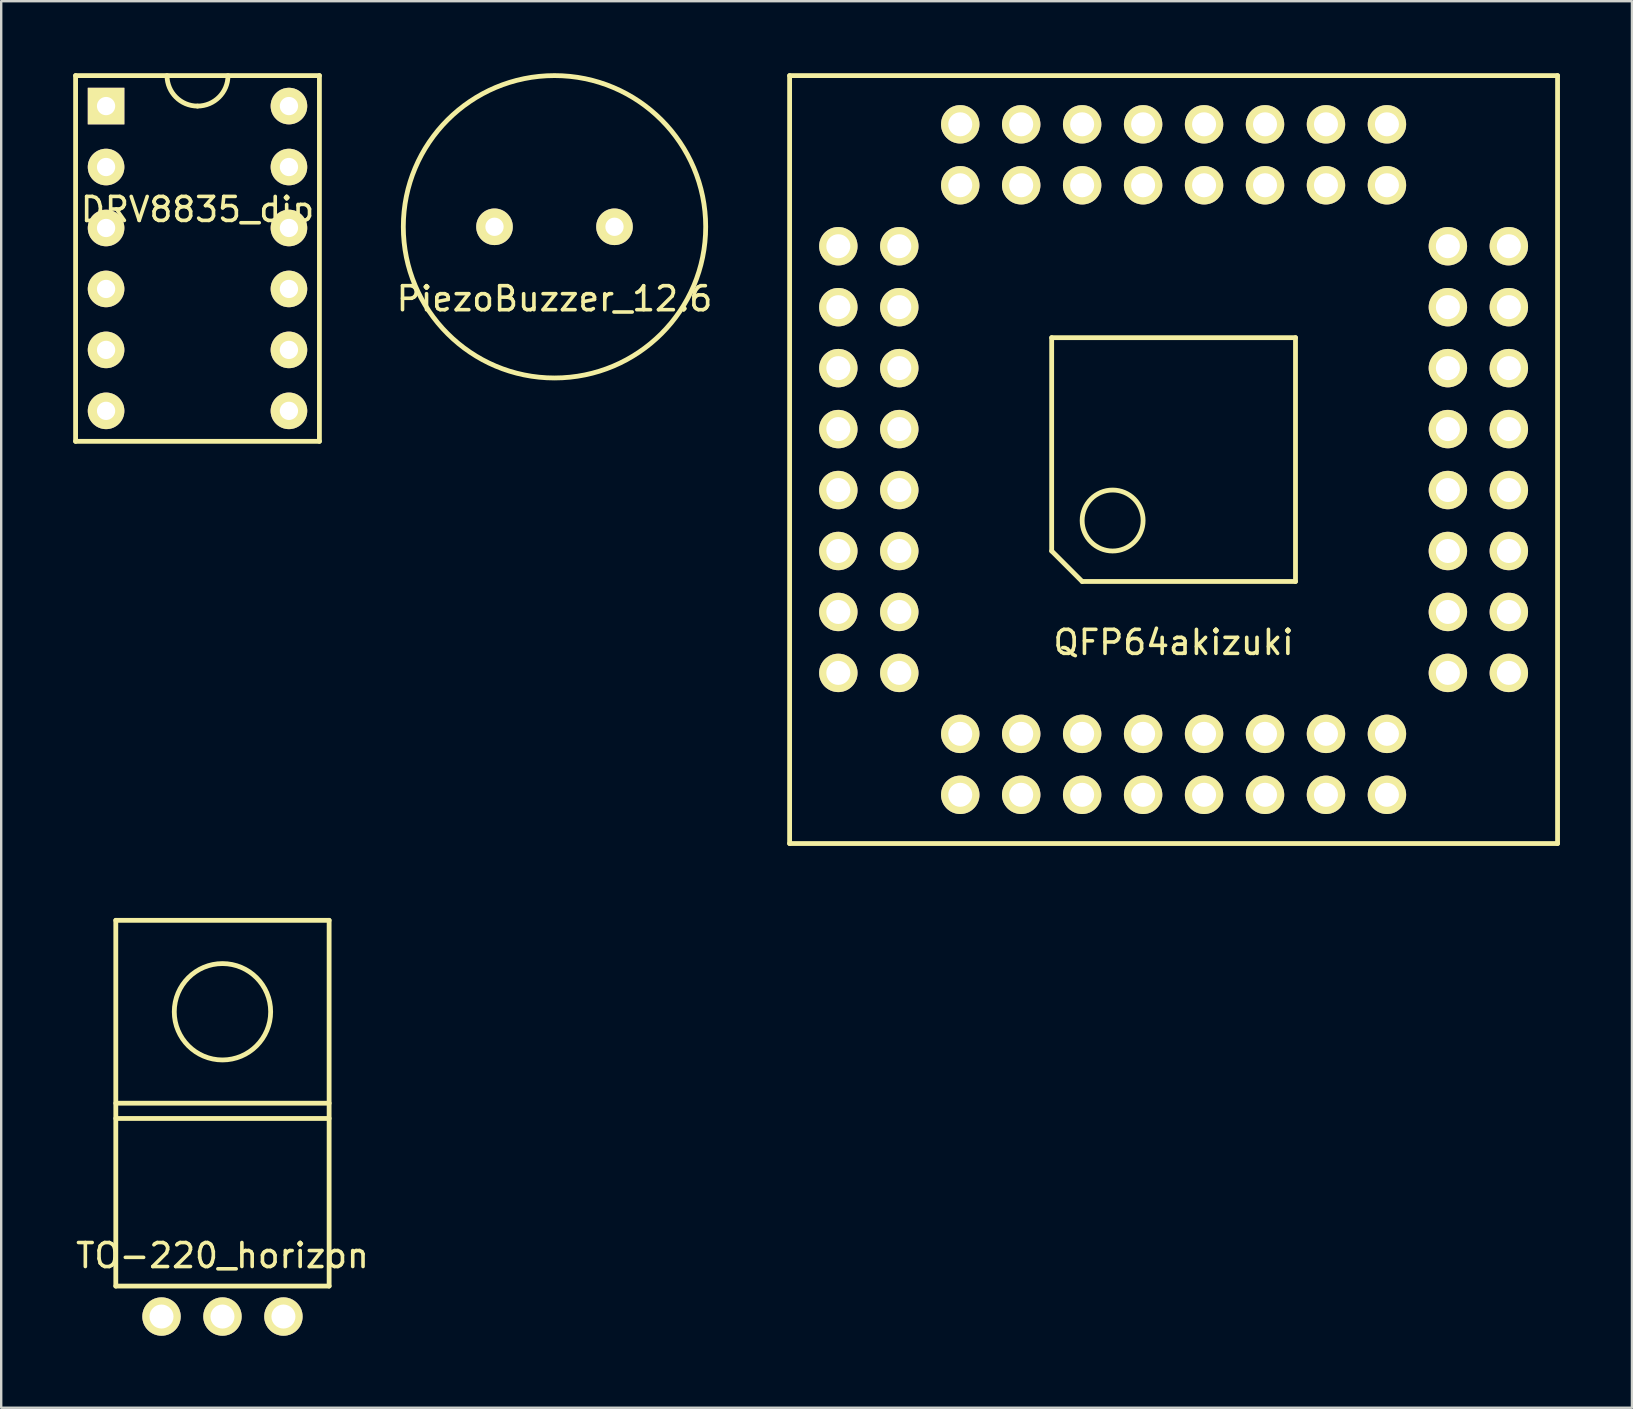
<source format=kicad_pcb>
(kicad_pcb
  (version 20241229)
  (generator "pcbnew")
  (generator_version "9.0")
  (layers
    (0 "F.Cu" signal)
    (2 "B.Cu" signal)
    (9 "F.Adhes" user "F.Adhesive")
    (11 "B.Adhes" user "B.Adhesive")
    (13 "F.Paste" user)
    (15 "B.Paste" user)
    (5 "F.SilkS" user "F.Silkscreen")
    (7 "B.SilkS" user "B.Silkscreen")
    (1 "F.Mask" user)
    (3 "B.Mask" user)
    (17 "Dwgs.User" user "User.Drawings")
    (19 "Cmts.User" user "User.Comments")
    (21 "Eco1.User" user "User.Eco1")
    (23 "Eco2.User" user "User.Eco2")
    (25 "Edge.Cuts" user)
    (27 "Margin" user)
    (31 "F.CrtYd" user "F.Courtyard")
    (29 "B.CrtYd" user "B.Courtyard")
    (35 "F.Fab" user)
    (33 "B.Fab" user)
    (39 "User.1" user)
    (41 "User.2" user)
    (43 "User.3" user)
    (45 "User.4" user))
  (footprint "TO-220_horizon"
    (layer "F.Cu")
    (at 6.22 51.81)
    (property "Reference" "TO-220_horizon" (at 0 -2.54 0) (layer "F.SilkS") (effects (font (size 1 1) (thickness 0.15))))
    (attr through_hole)
    (fp_line (start -4.445 -16.51) (end -4.445 -1.27) (stroke (width 0.2) (type solid)) (layer "F.SilkS"))
    (fp_line (start -4.445 -16.51) (end 4.445 -16.51) (stroke (width 0.2) (type solid)) (layer "F.SilkS"))
    (fp_line (start -4.445 -8.89) (end 4.445 -8.89) (stroke (width 0.2) (type solid)) (layer "F.SilkS"))
    (fp_line (start 4.445 -8.255) (end -4.445 -8.255) (stroke (width 0.2) (type solid)) (layer "F.SilkS"))
    (fp_line (start 4.445 -1.27) (end -4.445 -1.27) (stroke (width 0.2) (type solid)) (layer "F.SilkS"))
    (fp_line (start 4.445 -1.27) (end 4.445 -16.51) (stroke (width 0.2) (type solid)) (layer "F.SilkS"))
    (fp_circle (center 0 -12.7) (end 0.635 -14.605) (stroke (width 0.2) (type solid)) (fill no) (layer "F.SilkS"))
    (pad "1" thru_hole circle (at -2.54 0) (size 1.6 1.6) (drill 1) (layers "*.Cu" "*.Mask" "F.SilkS"))
    (pad "2" thru_hole circle (at 0 0) (size 1.6 1.6) (drill 1) (layers "*.Cu" "*.Mask" "F.SilkS"))
    (pad "3" thru_hole circle (at 2.54 0) (size 1.6 1.6) (drill 1) (layers "*.Cu" "*.Mask" "F.SilkS")))
  (footprint "DRV8835_dip"
    (layer "F.Cu")
    (at 5.18 7.72)
    (property "Reference" "DRV8835_dip" (at 0 -2.04 0) (layer "F.SilkS") (effects (font (size 1 1) (thickness 0.15))))
    (attr through_hole)
    (fp_line (start -5.08 -7.62) (end 5.08 -7.62) (stroke (width 0.2) (type solid)) (layer "F.SilkS"))
    (fp_line (start -5.08 7.62) (end -5.08 -7.62) (stroke (width 0.2) (type solid)) (layer "F.SilkS"))
    (fp_line (start 5.08 -7.62) (end 5.08 7.62) (stroke (width 0.2) (type solid)) (layer "F.SilkS"))
    (fp_line (start 5.08 7.62) (end -5.08 7.62) (stroke (width 0.2) (type solid)) (layer "F.SilkS"))
    (fp_arc (start 0 -6.35) (mid -0.898026 -6.721974) (end -1.27 -7.62) (stroke (width 0.2) (type solid)) (layer "F.SilkS"))
    (fp_arc (start 1.27 -7.62) (mid 0.898026 -6.721974) (end 0 -6.35) (stroke (width 0.2) (type solid)) (layer "F.SilkS"))
    (pad "1" thru_hole rect (at -3.81 -6.35) (size 1.524 1.524) (drill 0.762) (layers "*.Cu" "*.Mask" "F.SilkS"))
    (pad "2" thru_hole circle (at -3.81 -3.81) (size 1.524 1.524) (drill 0.762) (layers "*.Cu" "*.Mask" "F.SilkS"))
    (pad "3" thru_hole circle (at -3.81 -1.27) (size 1.524 1.524) (drill 0.762) (layers "*.Cu" "*.Mask" "F.SilkS"))
    (pad "4" thru_hole circle (at -3.81 1.27) (size 1.524 1.524) (drill 0.762) (layers "*.Cu" "*.Mask" "F.SilkS"))
    (pad "5" thru_hole circle (at -3.81 3.81) (size 1.524 1.524) (drill 0.762) (layers "*.Cu" "*.Mask" "F.SilkS"))
    (pad "6" thru_hole circle (at -3.81 6.35) (size 1.524 1.524) (drill 0.762) (layers "*.Cu" "*.Mask" "F.SilkS"))
    (pad "7" thru_hole circle (at 3.81 6.35) (size 1.524 1.524) (drill 0.762) (layers "*.Cu" "*.Mask" "F.SilkS"))
    (pad "8" thru_hole circle (at 3.81 3.81) (size 1.524 1.524) (drill 0.762) (layers "*.Cu" "*.Mask" "F.SilkS"))
    (pad "9" thru_hole circle (at 3.81 1.27) (size 1.524 1.524) (drill 0.762) (layers "*.Cu" "*.Mask" "F.SilkS"))
    (pad "10" thru_hole circle (at 3.81 -1.27) (size 1.524 1.524) (drill 0.762) (layers "*.Cu" "*.Mask" "F.SilkS"))
    (pad "11" thru_hole circle (at 3.81 -3.81) (size 1.524 1.524) (drill 0.762) (layers "*.Cu" "*.Mask" "F.SilkS"))
    (pad "12" thru_hole circle (at 3.81 -6.35) (size 1.524 1.524) (drill 0.762) (layers "*.Cu" "*.Mask" "F.SilkS")))
  (footprint "PiezoBuzzer_12.6"
    (layer "F.Cu")
    (at 20.056 6.4)
    (property "Reference" "PiezoBuzzer_12.6" (at 0 3 0) (layer "F.SilkS") (effects (font (size 1 1) (thickness 0.15))))
    (attr through_hole)
    (fp_circle (center 0 0) (end 6.3 0) (stroke (width 0.2) (type solid)) (fill no) (layer "F.SilkS"))
    (pad "1" thru_hole circle (at -2.5 0) (size 1.524 1.524) (drill 0.762) (layers "*.Cu" "*.Mask" "F.SilkS"))
    (pad "2" thru_hole circle (at 2.5 0) (size 1.524 1.524) (drill 0.762) (layers "*.Cu" "*.Mask" "F.SilkS")))
  (footprint "QFP64akizuki"
    (layer "F.Cu")
    (at 45.853 16.1)
    (property "Reference" "QFP64akizuki" (at 0 7.62 0) (layer "F.SilkS") (effects (font (size 1 1) (thickness 0.15))))
    (attr through_hole)
    (fp_line (start -16 -16) (end 16 -16) (stroke (width 0.2) (type solid)) (layer "F.SilkS"))
    (fp_line (start -16 16) (end -16 -16) (stroke (width 0.2) (type solid)) (layer "F.SilkS"))
    (fp_line (start -5.08 -5.08) (end -5.08 3.81) (stroke (width 0.2) (type solid)) (layer "F.SilkS"))
    (fp_line (start -5.08 3.81) (end -3.81 5.08) (stroke (width 0.2) (type solid)) (layer "F.SilkS"))
    (fp_line (start -3.81 5.08) (end 5.08 5.08) (stroke (width 0.2) (type solid)) (layer "F.SilkS"))
    (fp_line (start 5.08 -5.08) (end -5.08 -5.08) (stroke (width 0.2) (type solid)) (layer "F.SilkS"))
    (fp_line (start 5.08 5.08) (end 5.08 -5.08) (stroke (width 0.2) (type solid)) (layer "F.SilkS"))
    (fp_line (start 16 -16) (end 16 16) (stroke (width 0.2) (type solid)) (layer "F.SilkS"))
    (fp_line (start 16 16) (end -16 16) (stroke (width 0.2) (type solid)) (layer "F.SilkS"))
    (fp_circle (center -2.54 2.54) (end -2.54 3.81) (stroke (width 0.2) (type solid)) (fill no) (layer "F.SilkS"))
    (pad "1" thru_hole circle (at -8.89 13.97) (size 1.6 1.6) (drill 1) (layers "*.Cu" "*.Mask" "F.SilkS"))
    (pad "2" thru_hole circle (at -8.89 11.43) (size 1.6 1.6) (drill 1) (layers "*.Cu" "*.Mask" "F.SilkS"))
    (pad "3" thru_hole circle (at -6.35 13.97) (size 1.6 1.6) (drill 1) (layers "*.Cu" "*.Mask" "F.SilkS"))
    (pad "4" thru_hole circle (at -6.35 11.43) (size 1.6 1.6) (drill 1) (layers "*.Cu" "*.Mask" "F.SilkS"))
    (pad "5" thru_hole circle (at -3.81 13.97) (size 1.6 1.6) (drill 1) (layers "*.Cu" "*.Mask" "F.SilkS"))
    (pad "6" thru_hole circle (at -3.81 11.43) (size 1.6 1.6) (drill 1) (layers "*.Cu" "*.Mask" "F.SilkS"))
    (pad "7" thru_hole circle (at -1.27 13.97) (size 1.6 1.6) (drill 1) (layers "*.Cu" "*.Mask" "F.SilkS"))
    (pad "8" thru_hole circle (at -1.27 11.43) (size 1.6 1.6) (drill 1) (layers "*.Cu" "*.Mask" "F.SilkS"))
    (pad "9" thru_hole circle (at 1.27 13.97) (size 1.6 1.6) (drill 1) (layers "*.Cu" "*.Mask" "F.SilkS"))
    (pad "10" thru_hole circle (at 1.27 11.43) (size 1.6 1.6) (drill 1) (layers "*.Cu" "*.Mask" "F.SilkS"))
    (pad "11" thru_hole circle (at 3.81 13.97) (size 1.6 1.6) (drill 1) (layers "*.Cu" "*.Mask" "F.SilkS"))
    (pad "12" thru_hole circle (at 3.81 11.43) (size 1.6 1.6) (drill 1) (layers "*.Cu" "*.Mask" "F.SilkS"))
    (pad "13" thru_hole circle (at 6.35 13.97) (size 1.6 1.6) (drill 1) (layers "*.Cu" "*.Mask" "F.SilkS"))
    (pad "14" thru_hole circle (at 6.35 11.43) (size 1.6 1.6) (drill 1) (layers "*.Cu" "*.Mask" "F.SilkS"))
    (pad "15" thru_hole circle (at 8.89 13.97) (size 1.6 1.6) (drill 1) (layers "*.Cu" "*.Mask" "F.SilkS"))
    (pad "16" thru_hole circle (at 8.89 11.43) (size 1.6 1.6) (drill 1) (layers "*.Cu" "*.Mask" "F.SilkS"))
    (pad "17" thru_hole circle (at 13.97 8.89 90) (size 1.6 1.6) (drill 1) (layers "*.Cu" "*.Mask" "F.SilkS"))
    (pad "18" thru_hole circle (at 11.43 8.89 90) (size 1.6 1.6) (drill 1) (layers "*.Cu" "*.Mask" "F.SilkS"))
    (pad "19" thru_hole circle (at 13.97 6.35 90) (size 1.6 1.6) (drill 1) (layers "*.Cu" "*.Mask" "F.SilkS"))
    (pad "20" thru_hole circle (at 11.43 6.35 90) (size 1.6 1.6) (drill 1) (layers "*.Cu" "*.Mask" "F.SilkS"))
    (pad "21" thru_hole circle (at 13.97 3.81 90) (size 1.6 1.6) (drill 1) (layers "*.Cu" "*.Mask" "F.SilkS"))
    (pad "22" thru_hole circle (at 11.43 3.81 90) (size 1.6 1.6) (drill 1) (layers "*.Cu" "*.Mask" "F.SilkS"))
    (pad "23" thru_hole circle (at 13.97 1.27 90) (size 1.6 1.6) (drill 1) (layers "*.Cu" "*.Mask" "F.SilkS"))
    (pad "24" thru_hole circle (at 11.43 1.27 90) (size 1.6 1.6) (drill 1) (layers "*.Cu" "*.Mask" "F.SilkS"))
    (pad "25" thru_hole circle (at 13.97 -1.27 90) (size 1.6 1.6) (drill 1) (layers "*.Cu" "*.Mask" "F.SilkS"))
    (pad "26" thru_hole circle (at 11.43 -1.27 90) (size 1.6 1.6) (drill 1) (layers "*.Cu" "*.Mask" "F.SilkS"))
    (pad "27" thru_hole circle (at 13.97 -3.81 90) (size 1.6 1.6) (drill 1) (layers "*.Cu" "*.Mask" "F.SilkS"))
    (pad "28" thru_hole circle (at 11.43 -3.81 90) (size 1.6 1.6) (drill 1) (layers "*.Cu" "*.Mask" "F.SilkS"))
    (pad "29" thru_hole circle (at 13.97 -6.35 90) (size 1.6 1.6) (drill 1) (layers "*.Cu" "*.Mask" "F.SilkS"))
    (pad "30" thru_hole circle (at 11.43 -6.35 90) (size 1.6 1.6) (drill 1) (layers "*.Cu" "*.Mask" "F.SilkS"))
    (pad "31" thru_hole circle (at 13.97 -8.89 90) (size 1.6 1.6) (drill 1) (layers "*.Cu" "*.Mask" "F.SilkS"))
    (pad "32" thru_hole circle (at 11.43 -8.89 90) (size 1.6 1.6) (drill 1) (layers "*.Cu" "*.Mask" "F.SilkS"))
    (pad "33" thru_hole circle (at 8.89 -13.97 180) (size 1.6 1.6) (drill 1) (layers "*.Cu" "*.Mask" "F.SilkS"))
    (pad "34" thru_hole circle (at 8.89 -11.43 180) (size 1.6 1.6) (drill 1) (layers "*.Cu" "*.Mask" "F.SilkS"))
    (pad "35" thru_hole circle (at 6.35 -13.97 180) (size 1.6 1.6) (drill 1) (layers "*.Cu" "*.Mask" "F.SilkS"))
    (pad "36" thru_hole circle (at 6.35 -11.43 180) (size 1.6 1.6) (drill 1) (layers "*.Cu" "*.Mask" "F.SilkS"))
    (pad "37" thru_hole circle (at 3.81 -13.97 180) (size 1.6 1.6) (drill 1) (layers "*.Cu" "*.Mask" "F.SilkS"))
    (pad "38" thru_hole circle (at 3.81 -11.43 180) (size 1.6 1.6) (drill 1) (layers "*.Cu" "*.Mask" "F.SilkS"))
    (pad "39" thru_hole circle (at 1.27 -13.97 180) (size 1.6 1.6) (drill 1) (layers "*.Cu" "*.Mask" "F.SilkS"))
    (pad "40" thru_hole circle (at 1.27 -11.43 180) (size 1.6 1.6) (drill 1) (layers "*.Cu" "*.Mask" "F.SilkS"))
    (pad "41" thru_hole circle (at -1.27 -13.97 180) (size 1.6 1.6) (drill 1) (layers "*.Cu" "*.Mask" "F.SilkS"))
    (pad "42" thru_hole circle (at -1.27 -11.43 180) (size 1.6 1.6) (drill 1) (layers "*.Cu" "*.Mask" "F.SilkS"))
    (pad "43" thru_hole circle (at -3.81 -13.97 180) (size 1.6 1.6) (drill 1) (layers "*.Cu" "*.Mask" "F.SilkS"))
    (pad "44" thru_hole circle (at -3.81 -11.43 180) (size 1.6 1.6) (drill 1) (layers "*.Cu" "*.Mask" "F.SilkS"))
    (pad "45" thru_hole circle (at -6.35 -13.97 180) (size 1.6 1.6) (drill 1) (layers "*.Cu" "*.Mask" "F.SilkS"))
    (pad "46" thru_hole circle (at -6.35 -11.43 180) (size 1.6 1.6) (drill 1) (layers "*.Cu" "*.Mask" "F.SilkS"))
    (pad "47" thru_hole circle (at -8.89 -13.97 180) (size 1.6 1.6) (drill 1) (layers "*.Cu" "*.Mask" "F.SilkS"))
    (pad "48" thru_hole circle (at -8.89 -11.43 180) (size 1.6 1.6) (drill 1) (layers "*.Cu" "*.Mask" "F.SilkS"))
    (pad "49" thru_hole circle (at -13.97 -8.89 270) (size 1.6 1.6) (drill 1) (layers "*.Cu" "*.Mask" "F.SilkS"))
    (pad "50" thru_hole circle (at -11.43 -8.89 270) (size 1.6 1.6) (drill 1) (layers "*.Cu" "*.Mask" "F.SilkS"))
    (pad "51" thru_hole circle (at -13.97 -6.35 270) (size 1.6 1.6) (drill 1) (layers "*.Cu" "*.Mask" "F.SilkS"))
    (pad "52" thru_hole circle (at -11.43 -6.35 270) (size 1.6 1.6) (drill 1) (layers "*.Cu" "*.Mask" "F.SilkS"))
    (pad "53" thru_hole circle (at -13.97 -3.81 270) (size 1.6 1.6) (drill 1) (layers "*.Cu" "*.Mask" "F.SilkS"))
    (pad "54" thru_hole circle (at -11.43 -3.81 270) (size 1.6 1.6) (drill 1) (layers "*.Cu" "*.Mask" "F.SilkS"))
    (pad "55" thru_hole circle (at -13.97 -1.27 270) (size 1.6 1.6) (drill 1) (layers "*.Cu" "*.Mask" "F.SilkS"))
    (pad "56" thru_hole circle (at -11.43 -1.27 270) (size 1.6 1.6) (drill 1) (layers "*.Cu" "*.Mask" "F.SilkS"))
    (pad "57" thru_hole circle (at -13.97 1.27 270) (size 1.6 1.6) (drill 1) (layers "*.Cu" "*.Mask" "F.SilkS"))
    (pad "58" thru_hole circle (at -11.43 1.27 270) (size 1.6 1.6) (drill 1) (layers "*.Cu" "*.Mask" "F.SilkS"))
    (pad "59" thru_hole circle (at -13.97 3.81 270) (size 1.6 1.6) (drill 1) (layers "*.Cu" "*.Mask" "F.SilkS"))
    (pad "60" thru_hole circle (at -11.43 3.81 270) (size 1.6 1.6) (drill 1) (layers "*.Cu" "*.Mask" "F.SilkS"))
    (pad "61" thru_hole circle (at -13.97 6.35 270) (size 1.6 1.6) (drill 1) (layers "*.Cu" "*.Mask" "F.SilkS"))
    (pad "62" thru_hole circle (at -11.43 6.35 270) (size 1.6 1.6) (drill 1) (layers "*.Cu" "*.Mask" "F.SilkS"))
    (pad "63" thru_hole circle (at -13.97 8.89 270) (size 1.6 1.6) (drill 1) (layers "*.Cu" "*.Mask" "F.SilkS"))
    (pad "64" thru_hole circle (at -11.43 8.89 270) (size 1.6 1.6) (drill 1) (layers "*.Cu" "*.Mask" "F.SilkS")))
  (gr_rect
    (start -3 -3)
    (end 64.953 55.61)
    (stroke (width 0.1) (type default))
    (fill no)
    (layer "Edge.Cuts")))
</source>
